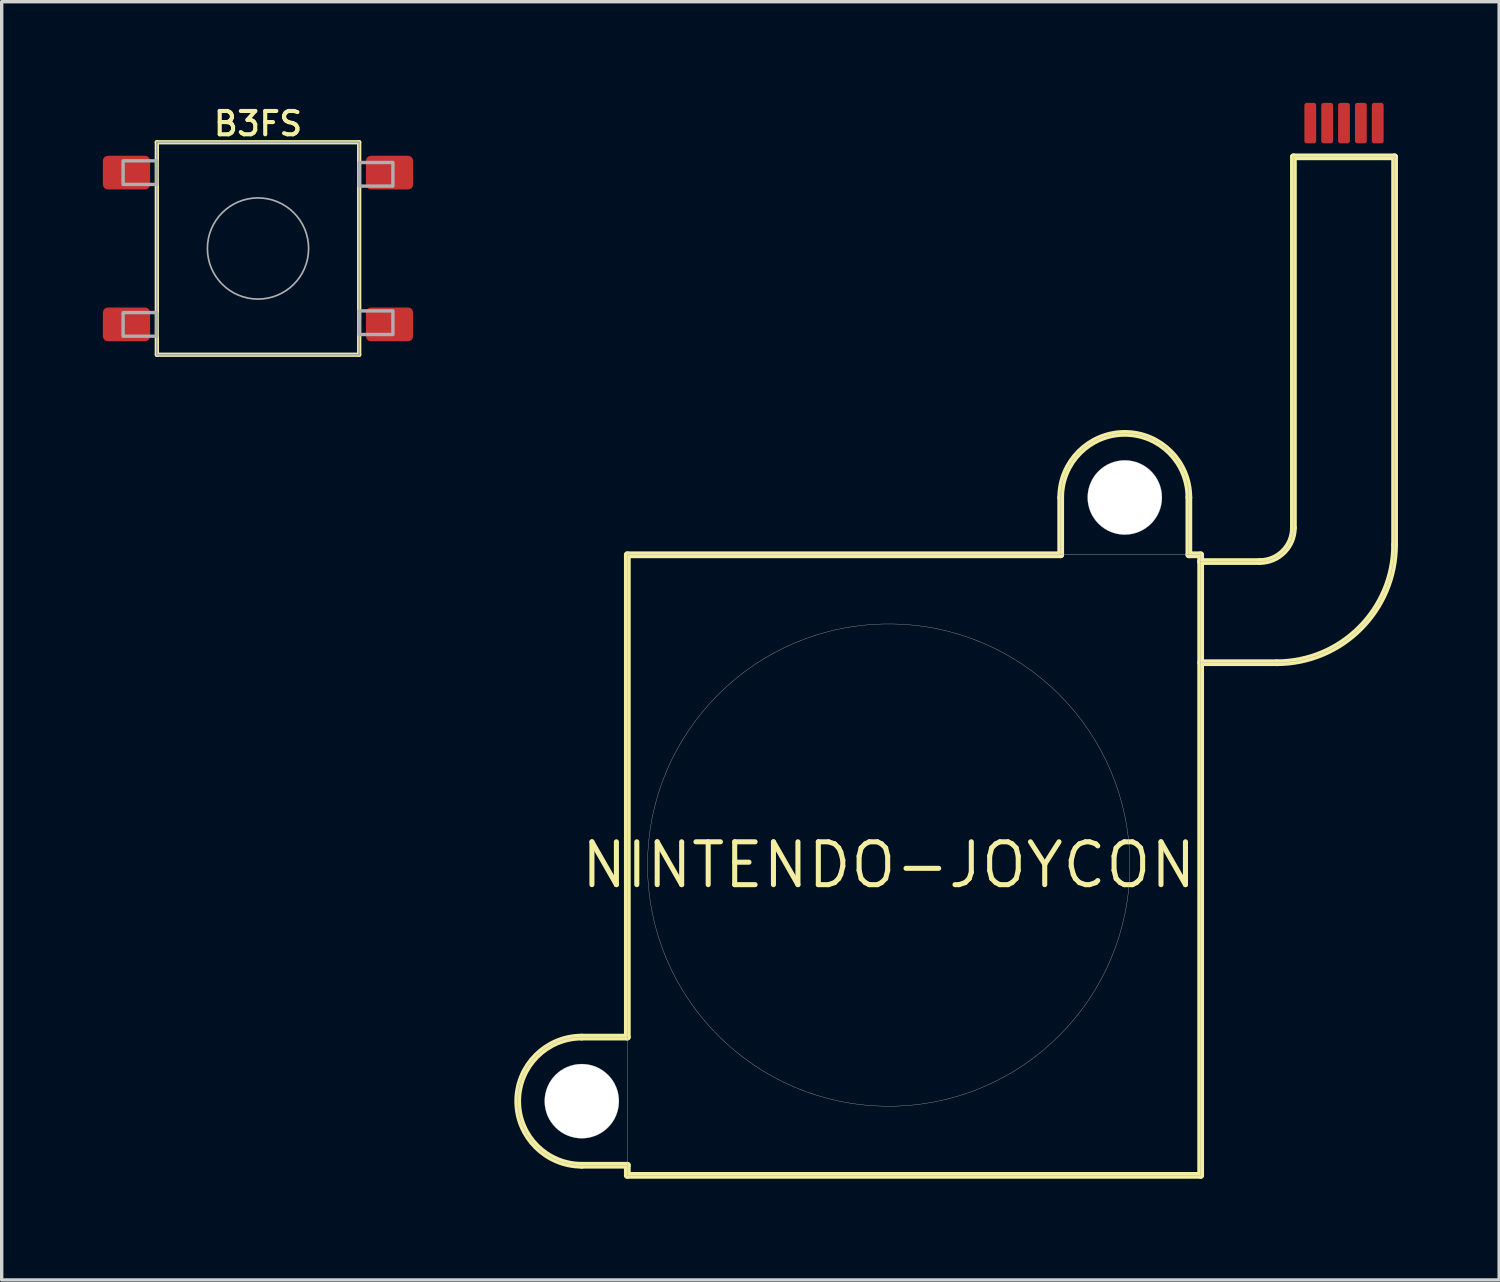
<source format=kicad_pcb>
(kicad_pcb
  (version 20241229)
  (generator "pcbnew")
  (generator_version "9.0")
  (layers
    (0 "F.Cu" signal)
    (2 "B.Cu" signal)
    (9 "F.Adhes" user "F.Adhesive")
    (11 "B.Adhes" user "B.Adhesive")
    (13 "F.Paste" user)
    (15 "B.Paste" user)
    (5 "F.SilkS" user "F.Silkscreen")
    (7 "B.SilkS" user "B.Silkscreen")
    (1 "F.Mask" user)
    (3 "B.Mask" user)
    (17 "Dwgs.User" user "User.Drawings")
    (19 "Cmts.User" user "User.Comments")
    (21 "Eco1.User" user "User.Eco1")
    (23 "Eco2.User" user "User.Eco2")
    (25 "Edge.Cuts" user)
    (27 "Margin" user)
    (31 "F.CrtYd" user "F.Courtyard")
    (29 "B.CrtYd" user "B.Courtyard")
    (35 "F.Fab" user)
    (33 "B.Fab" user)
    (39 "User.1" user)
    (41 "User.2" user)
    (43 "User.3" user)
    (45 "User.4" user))
  (footprint "NINTENDO-JOYCON"
    (layer "F.Cu")
    (at 23.3 22.6)
    (property "Reference" "NINTENDO-JOYCON" (at 0 0 0) (layer "F.SilkS") (effects (font (size 1.27 1.27) (thickness 0.15))))
    (fp_line (start -9.1 5.1) (end -7.75 5.1) (stroke (width 0.2) (type solid)) (layer "F.SilkS"))
    (fp_line (start -7.75 -9.2) (end -7.75 5.1) (stroke (width 0.2) (type solid)) (layer "F.SilkS"))
    (fp_line (start -7.75 8.9) (end -9.1 8.9) (stroke (width 0.2) (type solid)) (layer "F.SilkS"))
    (fp_line (start -7.75 8.9) (end -7.75 9.2) (stroke (width 0.2) (type solid)) (layer "F.SilkS"))
    (fp_line (start -7.75 9.2) (end 9.25 9.2) (stroke (width 0.2) (type solid)) (layer "F.SilkS"))
    (fp_line (start 5.1 -10.9) (end 5.1 -9.2) (stroke (width 0.2) (type solid)) (layer "F.SilkS"))
    (fp_line (start 5.1 -9.2) (end -7.75 -9.2) (stroke (width 0.2) (type solid)) (layer "F.SilkS"))
    (fp_line (start 8.9 -9.2) (end 8.9 -10.9) (stroke (width 0.2) (type solid)) (layer "F.SilkS"))
    (fp_line (start 9.25 -9.2) (end 8.9 -9.2) (stroke (width 0.2) (type solid)) (layer "F.SilkS"))
    (fp_line (start 9.25 -9) (end 9.25 -9.2) (stroke (width 0.2) (type solid)) (layer "F.SilkS"))
    (fp_line (start 9.25 -9) (end 11 -9) (stroke (width 0.2) (type solid)) (layer "F.SilkS"))
    (fp_line (start 9.25 -6) (end 11.5 -6) (stroke (width 0.2) (type solid)) (layer "F.SilkS"))
    (fp_line (start 9.25 9.2) (end 9.25 -9) (stroke (width 0.2) (type solid)) (layer "F.SilkS"))
    (fp_line (start 12 -21) (end 15 -21) (stroke (width 0.2) (type solid)) (layer "F.SilkS"))
    (fp_line (start 12 -10) (end 12 -21) (stroke (width 0.2) (type solid)) (layer "F.SilkS"))
    (fp_line (start 15 -9.5) (end 15 -21) (stroke (width 0.2) (type solid)) (layer "F.SilkS"))
    (fp_arc (start -9.1 8.9) (mid -11 7) (end -9.1 5.1) (stroke (width 0.2) (type solid)) (layer "F.SilkS"))
    (fp_arc (start 5.1 -10.9) (mid 7 -12.8) (end 8.9 -10.9) (stroke (width 0.2) (type solid)) (layer "F.SilkS"))
    (fp_arc (start 12 -10) (mid 11.707107 -9.292893) (end 11 -9) (stroke (width 0.2) (type solid)) (layer "F.SilkS"))
    (fp_arc (start 15 -9.5) (mid 13.974874 -7.025126) (end 11.5 -6) (stroke (width 0.2) (type solid)) (layer "F.SilkS"))
    (fp_line (start -9.1 5.1) (end -7.75 5.1) (stroke (width 0.01) (type solid)) (layer "F.Fab"))
    (fp_line (start -7.75 -9.2) (end -7.75 5.1) (stroke (width 0.01) (type solid)) (layer "F.Fab"))
    (fp_line (start -7.75 5.1) (end -7.75 8.9) (stroke (width 0.01) (type solid)) (layer "F.Fab"))
    (fp_line (start -7.75 8.9) (end -9.1 8.9) (stroke (width 0.01) (type solid)) (layer "F.Fab"))
    (fp_line (start -7.75 8.9) (end -7.75 9.2) (stroke (width 0.01) (type solid)) (layer "F.Fab"))
    (fp_line (start -7.75 9.2) (end 9.25 9.2) (stroke (width 0.01) (type solid)) (layer "F.Fab"))
    (fp_line (start 5.1 -10.9) (end 5.1 -9.2) (stroke (width 0.01) (type solid)) (layer "F.Fab"))
    (fp_line (start 5.1 -9.2) (end -7.75 -9.2) (stroke (width 0.01) (type solid)) (layer "F.Fab"))
    (fp_line (start 8.9 -9.2) (end 5.1 -9.2) (stroke (width 0.01) (type solid)) (layer "F.Fab"))
    (fp_line (start 8.9 -9.2) (end 8.9 -10.9) (stroke (width 0.01) (type solid)) (layer "F.Fab"))
    (fp_line (start 9.25 -9.2) (end 8.9 -9.2) (stroke (width 0.01) (type solid)) (layer "F.Fab"))
    (fp_line (start 9.25 -9) (end 9.25 -9.2) (stroke (width 0.01) (type solid)) (layer "F.Fab"))
    (fp_line (start 9.25 -9) (end 11 -9) (stroke (width 0.01) (type solid)) (layer "F.Fab"))
    (fp_line (start 9.25 -6) (end 9.25 -9) (stroke (width 0.01) (type solid)) (layer "F.Fab"))
    (fp_line (start 9.25 -6) (end 11.5 -6) (stroke (width 0.01) (type solid)) (layer "F.Fab"))
    (fp_line (start 9.25 9.2) (end 9.25 -6) (stroke (width 0.01) (type solid)) (layer "F.Fab"))
    (fp_line (start 12 -21) (end 15 -21) (stroke (width 0.01) (type solid)) (layer "F.Fab"))
    (fp_line (start 12 -10) (end 12 -21) (stroke (width 0.01) (type solid)) (layer "F.Fab"))
    (fp_line (start 15 -9.5) (end 15 -21) (stroke (width 0.01) (type solid)) (layer "F.Fab"))
    (fp_arc (start -9.1 8.9) (mid -11 7) (end -9.1 5.1) (stroke (width 0.01) (type solid)) (layer "F.Fab"))
    (fp_arc (start 5.1 -10.9) (mid 7 -12.8) (end 8.9 -10.9) (stroke (width 0.01) (type solid)) (layer "F.Fab"))
    (fp_arc (start 12 -10) (mid 11.707107 -9.292893) (end 11 -9) (stroke (width 0.01) (type solid)) (layer "F.Fab"))
    (fp_arc (start 15 -9.5) (mid 13.974874 -7.025126) (end 11.5 -6) (stroke (width 0.01) (type solid)) (layer "F.Fab"))
    (fp_circle (center -9.1 7) (end -8 7) (stroke (width 0.01) (type solid)) (fill no) (layer "F.Fab"))
    (fp_circle (center 0 0) (end 7.15 0) (stroke (width 0.01) (type solid)) (fill no) (layer "F.Fab"))
    (fp_circle (center 7 -10.9) (end 8.1 -10.9) (stroke (width 0.01) (type solid)) (fill no) (layer "F.Fab"))
    (pad "" np_thru_hole circle (at -9.1 7) (size 2.2 2.2) (drill 2.2) (layers "*.Cu" "*.Mask"))
    (pad "" np_thru_hole circle (at 7 -10.9) (size 2.2 2.2) (drill 2.2) (layers "*.Cu" "*.Mask"))
    (pad "1" smd roundrect (at 12.5 -22 90) (size 1.2 0.35) (layers "F.Cu" "F.Mask" "F.Paste") (roundrect_rratio 0.2))
    (pad "2" smd roundrect (at 13 -22 90) (size 1.2 0.35) (layers "F.Cu" "F.Mask" "F.Paste") (roundrect_rratio 0.2))
    (pad "3" smd roundrect (at 13.5 -22 90) (size 1.2 0.35) (layers "F.Cu" "F.Mask" "F.Paste") (roundrect_rratio 0.2))
    (pad "4" smd roundrect (at 14 -22 90) (size 1.2 0.35) (layers "F.Cu" "F.Mask" "F.Paste") (roundrect_rratio 0.2))
    (pad "5" smd roundrect (at 14.5 -22 90) (size 1.2 0.35) (layers "F.Cu" "F.Mask" "F.Paste") (roundrect_rratio 0.2)))
  (footprint "B3FS"
    (layer "F.Cu")
    (at 4.6 4.318)
    (property "Reference" "B3FS" (at 0 -3.7 0) (layer "F.SilkS") (effects (font (size 0.691 0.691) (thickness 0.122))))
    (fp_line (start -3 -3.15) (end 3 -3.15) (stroke (width 0.127) (type solid)) (layer "F.SilkS"))
    (fp_line (start -3 3.15) (end -3 -3.15) (stroke (width 0.127) (type solid)) (layer "F.SilkS"))
    (fp_line (start 3 -3.15) (end 3 3.15) (stroke (width 0.127) (type solid)) (layer "F.SilkS"))
    (fp_line (start 3 3.15) (end -3 3.15) (stroke (width 0.127) (type solid)) (layer "F.SilkS"))
    (fp_line (start -3 -3.15) (end 3 -3.15) (stroke (width 0.05) (type solid)) (layer "F.Fab"))
    (fp_line (start -3 3.15) (end -3 -3.15) (stroke (width 0.05) (type solid)) (layer "F.Fab"))
    (fp_line (start 3 -3.15) (end 3 3.15) (stroke (width 0.05) (type solid)) (layer "F.Fab"))
    (fp_line (start 3 3.15) (end -3 3.15) (stroke (width 0.05) (type solid)) (layer "F.Fab"))
    (fp_circle (center 0 0) (end 1.5 0) (stroke (width 0.05) (type solid)) (fill no) (layer "F.Fab"))
    (fp_poly (pts (xy -4 -1.9) (xy -3 -1.9) (xy -3 -2.6) (xy -4 -2.6)) (stroke (width 0.1) (type solid)) (fill no) (layer "F.Fab"))
    (fp_poly (pts (xy -4 2.6) (xy -3 2.6) (xy -3 1.9) (xy -4 1.9)) (stroke (width 0.1) (type solid)) (fill no) (layer "F.Fab"))
    (fp_poly (pts (xy 3 -1.85) (xy 4 -1.85) (xy 4 -2.55) (xy 3 -2.55)) (stroke (width 0.1) (type solid)) (fill no) (layer "F.Fab"))
    (fp_poly (pts (xy 3 2.55) (xy 4 2.55) (xy 4 1.85) (xy 3 1.85)) (stroke (width 0.1) (type solid)) (fill no) (layer "F.Fab"))
    (pad "1" smd roundrect (at 3.9 2.25 90) (size 1 1.4) (layers "F.Cu" "F.Mask" "F.Paste") (roundrect_rratio 0.15))
    (pad "2" smd roundrect (at -3.9 2.25 90) (size 1 1.4) (layers "F.Cu" "F.Mask" "F.Paste") (roundrect_rratio 0.15))
    (pad "3" smd roundrect (at 3.9 -2.25 90) (size 1 1.4) (layers "F.Cu" "F.Mask" "F.Paste") (roundrect_rratio 0.15))
    (pad "4" smd roundrect (at -3.9 -2.25 90) (size 1 1.4) (layers "F.Cu" "F.Mask" "F.Paste") (roundrect_rratio 0.15)))
  (gr_rect
    (start -3 -3)
    (end 41.4 34.9)
    (stroke (width 0.1) (type default))
    (fill no)
    (layer "Edge.Cuts")))
</source>
